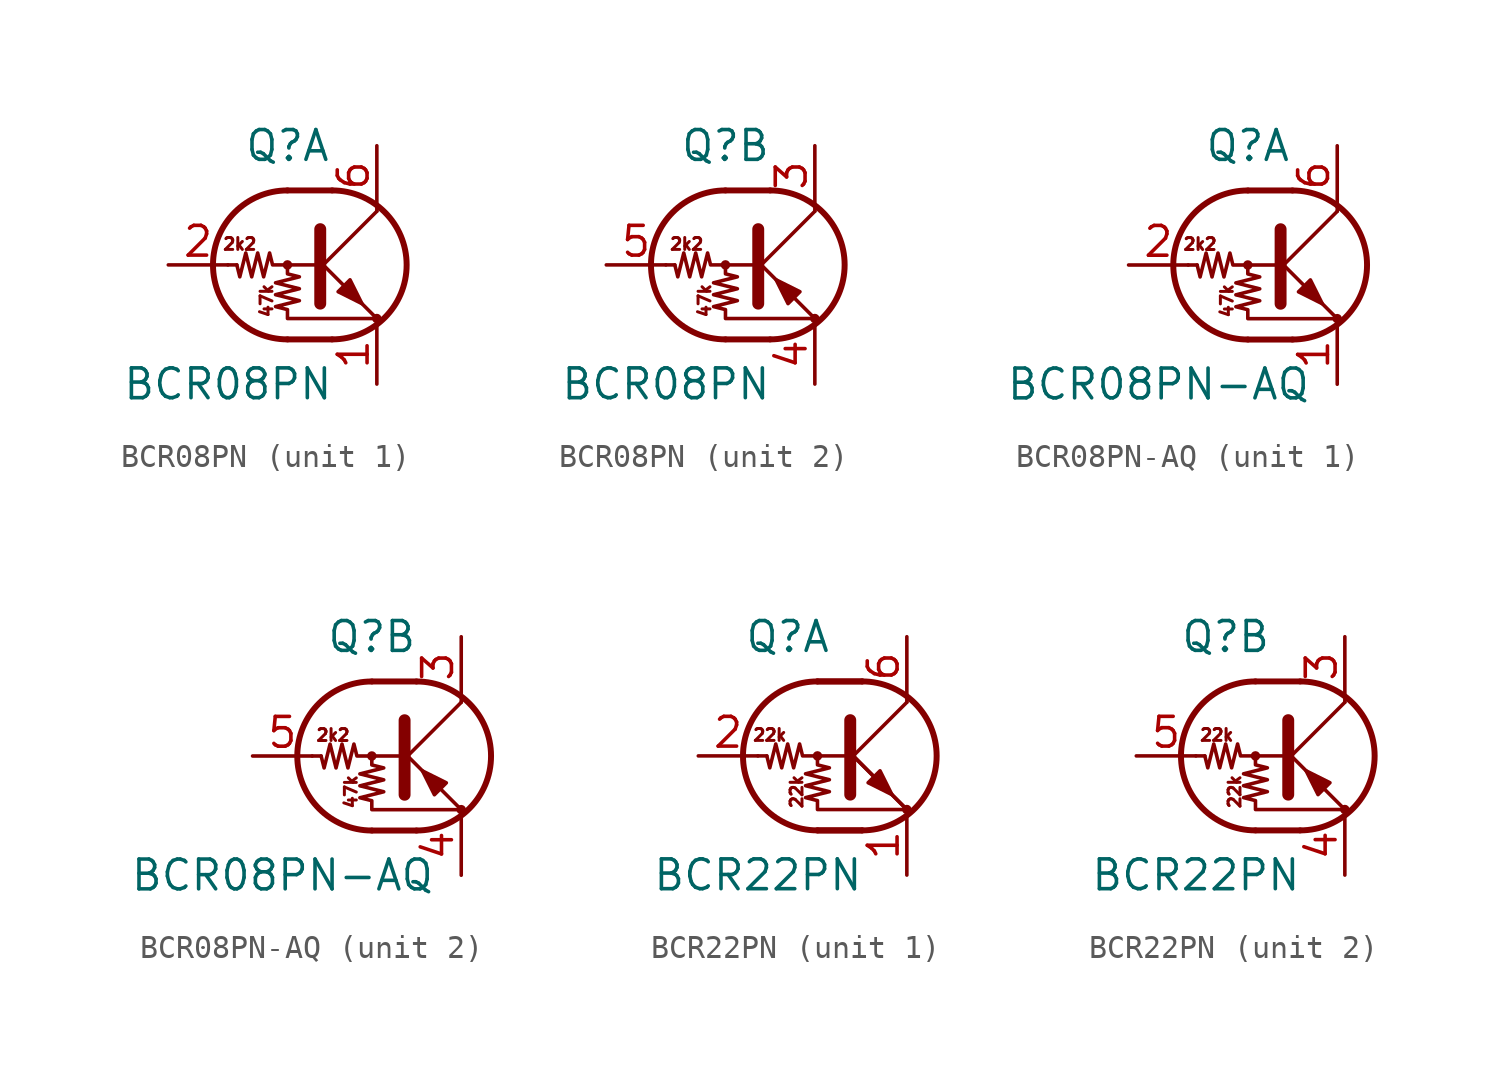
<source format=kicad_sym>
(kicad_symbol_lib
  (version 20241209)
  (generator "kicad_symbol_editor")
  (generator_version "9.0")
  (symbol "BCR08PN"
    (pin_names
      (offset 0)
      (hide yes))
    (property "Reference" "Q"
      (at -1.27 5.08 0)
      (effects (font (size 1.27 1.27))))
    (property "Value" "BCR08PN"
      (at -3.81 -5.08 0)
      (effects (font (size 1.27 1.27))))
    (property "ki_locked" ""
      (at 0 0 0)
      (effects (font (size 1.27 1.27))))
    (symbol "BCR08PN_1_1"
      (polyline (pts (xy -3.429 0) (xy -3.81 0)) (stroke (width 0) (type default)) (fill (type none)))
      (polyline (pts (xy -1.27 3.175) (xy 0.635 3.175)) (stroke (width 0.254) (type default)) (fill (type none)))
      (circle (center -1.27 0) (radius 0.127) (stroke (width 0) (type default)) (fill (type none)))
      (polyline (pts (xy -1.27 0) (xy -1.27 -0.381) (xy -0.762 -0.508) (xy -1.778 -0.762) (xy -0.762 -1.016) (xy -1.778 -1.27) (xy -0.762 -1.524) (xy -1.778 -1.778) (xy -1.27 -1.905) (xy -1.27 -2.286) (xy 2.54 -2.286)) (stroke (width 0) (type default)) (fill (type none)))
      (polyline (pts (xy -1.27 -3.175) (xy 0.635 -3.175)) (stroke (width 0.254) (type default)) (fill (type none)))
      (arc (start -1.27 -3.175) (mid -4.4312 0) (end -1.27 3.175) (stroke (width 0.254) (type default)) (fill (type none)))
      (polyline (pts (xy 0 0) (xy -1.905 0) (xy -2.032 0.508) (xy -2.286 -0.508) (xy -2.54 0.508) (xy -2.794 -0.508) (xy -3.048 0.508) (xy -3.302 -0.508) (xy -3.429 0)) (stroke (width 0) (type default)) (fill (type none)))
      (polyline (pts (xy 0 -0.254) (xy 2.54 2.286)) (stroke (width 0) (type default)) (fill (type none)))
      (polyline (pts (xy 0.127 1.524) (xy 0.127 -1.651)) (stroke (width 0.508) (type default)) (fill (type outline)))
      (arc (start 0.635 3.175) (mid 3.7962 0) (end 0.635 -3.175) (stroke (width 0.254) (type default)) (fill (type none)))
      (polyline (pts (xy 0.889 -1.143) (xy 1.397 -0.635) (xy 1.905 -1.651) (xy 0.889 -1.143)) (stroke (width 0) (type default)) (fill (type outline)))
      (polyline (pts (xy 2.54 2.286) (xy 2.54 2.54)) (stroke (width 0) (type default)) (fill (type none)))
      (polyline (pts (xy 2.54 -2.286) (xy 0 0.254) (xy 0 0.254)) (stroke (width 0) (type default)) (fill (type none)))
      (circle (center 2.54 -2.286) (radius 0.127) (stroke (width 0) (type default)) (fill (type none)))
      (text "2k2" (at -3.302 0.889 0) (effects (font (size 0.508 0.508))))
      (text "47k" (at -2.159 -1.524 900) (effects (font (size 0.508 0.508))))
      (pin input line (at -6.35 0 0) (length 2.54) (name "B" (effects (font (size 1.27 1.27)))) (number "2" (effects (font (size 1.27 1.27)))))
      (pin passive line (at 2.54 5.08 270) (length 2.54) (name "C" (effects (font (size 1.27 1.27)))) (number "6" (effects (font (size 1.27 1.27)))))
      (pin passive line (at 2.54 -5.08 90) (length 2.54) (name "E" (effects (font (size 1.27 1.27)))) (number "1" (effects (font (size 1.27 1.27))))))
    (symbol "BCR08PN_2_1"
      (polyline (pts (xy -3.429 0) (xy -3.81 0)) (stroke (width 0) (type default)) (fill (type none)))
      (polyline (pts (xy -1.27 3.175) (xy 0.635 3.175)) (stroke (width 0.254) (type default)) (fill (type none)))
      (circle (center -1.27 0) (radius 0.127) (stroke (width 0) (type default)) (fill (type none)))
      (polyline (pts (xy -1.27 0) (xy -1.27 -0.381) (xy -0.762 -0.508) (xy -1.778 -0.762) (xy -0.762 -1.016) (xy -1.778 -1.27) (xy -0.762 -1.524) (xy -1.778 -1.778) (xy -1.27 -1.905) (xy -1.27 -2.286) (xy 2.54 -2.286)) (stroke (width 0) (type default)) (fill (type none)))
      (polyline (pts (xy -1.27 -3.175) (xy 0.635 -3.175)) (stroke (width 0.254) (type default)) (fill (type none)))
      (arc (start -1.27 -3.175) (mid -4.4312 0) (end -1.27 3.175) (stroke (width 0.254) (type default)) (fill (type none)))
      (polyline (pts (xy 0 0) (xy -1.905 0) (xy -2.032 0.508) (xy -2.286 -0.508) (xy -2.54 0.508) (xy -2.794 -0.508) (xy -3.048 0.508) (xy -3.302 -0.508) (xy -3.429 0)) (stroke (width 0) (type default)) (fill (type none)))
      (polyline (pts (xy 0 -0.254) (xy 2.54 2.286)) (stroke (width 0) (type default)) (fill (type none)))
      (polyline (pts (xy 0.127 1.524) (xy 0.127 -1.651)) (stroke (width 0.508) (type default)) (fill (type outline)))
      (arc (start 0.635 3.175) (mid 3.7962 0) (end 0.635 -3.175) (stroke (width 0.254) (type default)) (fill (type none)))
      (polyline (pts (xy 1.397 -1.651) (xy 1.905 -1.143) (xy 0.889 -0.635) (xy 1.397 -1.651)) (stroke (width 0) (type default)) (fill (type outline)))
      (polyline (pts (xy 2.54 2.286) (xy 2.54 2.54)) (stroke (width 0) (type default)) (fill (type none)))
      (polyline (pts (xy 2.54 -2.286) (xy 0 0.254) (xy 0 0.254)) (stroke (width 0) (type default)) (fill (type none)))
      (circle (center 2.54 -2.286) (radius 0.127) (stroke (width 0) (type default)) (fill (type none)))
      (text "2k2" (at -2.921 0.889 0) (effects (font (size 0.508 0.508))))
      (text "47k" (at -2.159 -1.524 900) (effects (font (size 0.508 0.508))))
      (pin input line (at -6.35 0 0) (length 2.54) (name "B" (effects (font (size 1.27 1.27)))) (number "5" (effects (font (size 1.27 1.27)))))
      (pin passive line (at 2.54 5.08 270) (length 2.54) (name "C" (effects (font (size 1.27 1.27)))) (number "3" (effects (font (size 1.27 1.27)))))
      (pin passive line (at 2.54 -5.08 90) (length 2.54) (name "E" (effects (font (size 1.27 1.27)))) (number "4" (effects (font (size 1.27 1.27)))))))
  (symbol "BCR08PN-AQ"
    (pin_names
      (offset 0)
      (hide yes))
    (property "Reference" "Q"
      (at -1.27 5.08 0)
      (effects (font (size 1.27 1.27))))
    (property "Value" "BCR08PN-AQ"
      (at -5.08 -5.08 0)
      (effects (font (size 1.27 1.27))))
    (property "ki_locked" ""
      (at 0 0 0)
      (effects (font (size 1.27 1.27))))
    (symbol "BCR08PN-AQ_1_1"
      (polyline (pts (xy -3.429 0) (xy -3.81 0)) (stroke (width 0) (type default)) (fill (type none)))
      (polyline (pts (xy -1.27 3.175) (xy 0.635 3.175)) (stroke (width 0.254) (type default)) (fill (type none)))
      (circle (center -1.27 0) (radius 0.127) (stroke (width 0) (type default)) (fill (type none)))
      (polyline (pts (xy -1.27 0) (xy -1.27 -0.381) (xy -0.762 -0.508) (xy -1.778 -0.762) (xy -0.762 -1.016) (xy -1.778 -1.27) (xy -0.762 -1.524) (xy -1.778 -1.778) (xy -1.27 -1.905) (xy -1.27 -2.286) (xy 2.54 -2.286)) (stroke (width 0) (type default)) (fill (type none)))
      (polyline (pts (xy -1.27 -3.175) (xy 0.635 -3.175)) (stroke (width 0.254) (type default)) (fill (type none)))
      (arc (start -1.27 -3.175) (mid -4.4312 0) (end -1.27 3.175) (stroke (width 0.254) (type default)) (fill (type none)))
      (polyline (pts (xy 0 0) (xy -1.905 0) (xy -2.032 0.508) (xy -2.286 -0.508) (xy -2.54 0.508) (xy -2.794 -0.508) (xy -3.048 0.508) (xy -3.302 -0.508) (xy -3.429 0)) (stroke (width 0) (type default)) (fill (type none)))
      (polyline (pts (xy 0 -0.254) (xy 2.54 2.286)) (stroke (width 0) (type default)) (fill (type none)))
      (polyline (pts (xy 0.127 1.524) (xy 0.127 -1.651)) (stroke (width 0.508) (type default)) (fill (type outline)))
      (arc (start 0.635 3.175) (mid 3.7962 0) (end 0.635 -3.175) (stroke (width 0.254) (type default)) (fill (type none)))
      (polyline (pts (xy 0.889 -1.143) (xy 1.397 -0.635) (xy 1.905 -1.651) (xy 0.889 -1.143)) (stroke (width 0) (type default)) (fill (type outline)))
      (polyline (pts (xy 2.54 2.286) (xy 2.54 2.54)) (stroke (width 0) (type default)) (fill (type none)))
      (polyline (pts (xy 2.54 -2.286) (xy 0 0.254) (xy 0 0.254)) (stroke (width 0) (type default)) (fill (type none)))
      (circle (center 2.54 -2.286) (radius 0.127) (stroke (width 0) (type default)) (fill (type none)))
      (text "2k2" (at -3.302 0.889 0) (effects (font (size 0.508 0.508))))
      (text "47k" (at -2.159 -1.524 900) (effects (font (size 0.508 0.508))))
      (pin input line (at -6.35 0 0) (length 2.54) (name "B" (effects (font (size 1.27 1.27)))) (number "2" (effects (font (size 1.27 1.27)))))
      (pin passive line (at 2.54 5.08 270) (length 2.54) (name "C" (effects (font (size 1.27 1.27)))) (number "6" (effects (font (size 1.27 1.27)))))
      (pin passive line (at 2.54 -5.08 90) (length 2.54) (name "E" (effects (font (size 1.27 1.27)))) (number "1" (effects (font (size 1.27 1.27))))))
    (symbol "BCR08PN-AQ_2_1"
      (polyline (pts (xy -3.429 0) (xy -3.81 0)) (stroke (width 0) (type default)) (fill (type none)))
      (polyline (pts (xy -1.27 3.175) (xy 0.635 3.175)) (stroke (width 0.254) (type default)) (fill (type none)))
      (circle (center -1.27 0) (radius 0.127) (stroke (width 0) (type default)) (fill (type none)))
      (polyline (pts (xy -1.27 0) (xy -1.27 -0.381) (xy -0.762 -0.508) (xy -1.778 -0.762) (xy -0.762 -1.016) (xy -1.778 -1.27) (xy -0.762 -1.524) (xy -1.778 -1.778) (xy -1.27 -1.905) (xy -1.27 -2.286) (xy 2.54 -2.286)) (stroke (width 0) (type default)) (fill (type none)))
      (polyline (pts (xy -1.27 -3.175) (xy 0.635 -3.175)) (stroke (width 0.254) (type default)) (fill (type none)))
      (arc (start -1.27 -3.175) (mid -4.4312 0) (end -1.27 3.175) (stroke (width 0.254) (type default)) (fill (type none)))
      (polyline (pts (xy 0 0) (xy -1.905 0) (xy -2.032 0.508) (xy -2.286 -0.508) (xy -2.54 0.508) (xy -2.794 -0.508) (xy -3.048 0.508) (xy -3.302 -0.508) (xy -3.429 0)) (stroke (width 0) (type default)) (fill (type none)))
      (polyline (pts (xy 0 -0.254) (xy 2.54 2.286)) (stroke (width 0) (type default)) (fill (type none)))
      (polyline (pts (xy 0.127 1.524) (xy 0.127 -1.651)) (stroke (width 0.508) (type default)) (fill (type outline)))
      (arc (start 0.635 3.175) (mid 3.7962 0) (end 0.635 -3.175) (stroke (width 0.254) (type default)) (fill (type none)))
      (polyline (pts (xy 1.397 -1.651) (xy 1.905 -1.143) (xy 0.889 -0.635) (xy 1.397 -1.651)) (stroke (width 0) (type default)) (fill (type outline)))
      (polyline (pts (xy 2.54 2.286) (xy 2.54 2.54)) (stroke (width 0) (type default)) (fill (type none)))
      (polyline (pts (xy 2.54 -2.286) (xy 0 0.254) (xy 0 0.254)) (stroke (width 0) (type default)) (fill (type none)))
      (circle (center 2.54 -2.286) (radius 0.127) (stroke (width 0) (type default)) (fill (type none)))
      (text "2k2" (at -2.921 0.889 0) (effects (font (size 0.508 0.508))))
      (text "47k" (at -2.159 -1.524 900) (effects (font (size 0.508 0.508))))
      (pin input line (at -6.35 0 0) (length 2.54) (name "B" (effects (font (size 1.27 1.27)))) (number "5" (effects (font (size 1.27 1.27)))))
      (pin passive line (at 2.54 5.08 270) (length 2.54) (name "C" (effects (font (size 1.27 1.27)))) (number "3" (effects (font (size 1.27 1.27)))))
      (pin passive line (at 2.54 -5.08 90) (length 2.54) (name "E" (effects (font (size 1.27 1.27)))) (number "4" (effects (font (size 1.27 1.27)))))))
  (symbol "BCR22PN"
    (pin_names
      (offset 0)
      (hide yes))
    (property "Reference" "Q"
      (at -2.54 5.08 0)
      (effects (font (size 1.27 1.27))))
    (property "Value" "BCR22PN"
      (at -3.81 -5.08 0)
      (effects (font (size 1.27 1.27))))
    (property "ki_locked" ""
      (at 0 0 0)
      (effects (font (size 1.27 1.27))))
    (symbol "BCR22PN_0_1"
      (polyline (pts (xy -1.27 3.175) (xy 0.635 3.175)) (stroke (width 0.254) (type default)) (fill (type none)))
      (polyline (pts (xy -1.27 -3.175) (xy 0.635 -3.175)) (stroke (width 0.254) (type default)) (fill (type none)))
      (polyline (pts (xy 2.54 -2.286) (xy 0 0.254) (xy 0 0.254)) (stroke (width 0) (type default)) (fill (type none))))
    (symbol "BCR22PN_1_1"
      (polyline (pts (xy -3.429 0) (xy -3.81 0)) (stroke (width 0) (type default)) (fill (type none)))
      (polyline (pts (xy -1.27 3.175) (xy 0.635 3.175)) (stroke (width 0.254) (type default)) (fill (type none)))
      (circle (center -1.27 0) (radius 0.127) (stroke (width 0) (type default)) (fill (type none)))
      (polyline (pts (xy -1.27 0) (xy -1.27 -0.381) (xy -0.762 -0.508) (xy -1.778 -0.762) (xy -0.762 -1.016) (xy -1.778 -1.27) (xy -0.762 -1.524) (xy -1.778 -1.778) (xy -1.27 -1.905) (xy -1.27 -2.286) (xy 2.54 -2.286)) (stroke (width 0) (type default)) (fill (type none)))
      (polyline (pts (xy -1.27 -3.175) (xy 0.635 -3.175)) (stroke (width 0.254) (type default)) (fill (type none)))
      (arc (start -1.27 -3.175) (mid -4.4312 0) (end -1.27 3.175) (stroke (width 0.254) (type default)) (fill (type none)))
      (polyline (pts (xy 0 0) (xy -1.905 0) (xy -2.032 0.508) (xy -2.286 -0.508) (xy -2.54 0.508) (xy -2.794 -0.508) (xy -3.048 0.508) (xy -3.302 -0.508) (xy -3.429 0)) (stroke (width 0) (type default)) (fill (type none)))
      (polyline (pts (xy 0 -0.254) (xy 2.54 2.286)) (stroke (width 0) (type default)) (fill (type none)))
      (polyline (pts (xy 0.127 1.524) (xy 0.127 -1.651)) (stroke (width 0.508) (type default)) (fill (type outline)))
      (arc (start 0.635 3.175) (mid 3.7962 0) (end 0.635 -3.175) (stroke (width 0.254) (type default)) (fill (type none)))
      (polyline (pts (xy 0.889 -1.143) (xy 1.397 -0.635) (xy 1.905 -1.651) (xy 0.889 -1.143)) (stroke (width 0) (type default)) (fill (type outline)))
      (polyline (pts (xy 2.54 2.286) (xy 2.54 2.54)) (stroke (width 0) (type default)) (fill (type none)))
      (polyline (pts (xy 2.54 -2.286) (xy 0 0.254) (xy 0 0.254)) (stroke (width 0) (type default)) (fill (type none)))
      (circle (center 2.54 -2.286) (radius 0.127) (stroke (width 0) (type default)) (fill (type none)))
      (text "22k" (at -3.302 0.889 0) (effects (font (size 0.508 0.508))))
      (text "22k" (at -2.159 -1.524 900) (effects (font (size 0.508 0.508))))
      (pin input line (at -6.35 0 0) (length 2.54) (name "B" (effects (font (size 1.27 1.27)))) (number "2" (effects (font (size 1.27 1.27)))))
      (pin passive line (at 2.54 5.08 270) (length 2.54) (name "C" (effects (font (size 1.27 1.27)))) (number "6" (effects (font (size 1.27 1.27)))))
      (pin passive line (at 2.54 -5.08 90) (length 2.54) (name "E" (effects (font (size 1.27 1.27)))) (number "1" (effects (font (size 1.27 1.27))))))
    (symbol "BCR22PN_2_1"
      (polyline (pts (xy -3.429 0) (xy -3.81 0)) (stroke (width 0) (type default)) (fill (type none)))
      (circle (center -1.27 0) (radius 0.127) (stroke (width 0) (type default)) (fill (type none)))
      (polyline (pts (xy -1.27 0) (xy -1.27 -0.381) (xy -0.762 -0.508) (xy -1.778 -0.762) (xy -0.762 -1.016) (xy -1.778 -1.27) (xy -0.762 -1.524) (xy -1.778 -1.778) (xy -1.27 -1.905) (xy -1.27 -2.286) (xy 2.54 -2.286)) (stroke (width 0) (type default)) (fill (type none)))
      (arc (start -1.27 -3.175) (mid -4.4312 0) (end -1.27 3.175) (stroke (width 0.254) (type default)) (fill (type none)))
      (polyline (pts (xy 0 0) (xy -1.905 0) (xy -2.032 0.508) (xy -2.286 -0.508) (xy -2.54 0.508) (xy -2.794 -0.508) (xy -3.048 0.508) (xy -3.302 -0.508) (xy -3.429 0)) (stroke (width 0) (type default)) (fill (type none)))
      (polyline (pts (xy 0 -0.254) (xy 2.54 2.286)) (stroke (width 0) (type default)) (fill (type none)))
      (polyline (pts (xy 0.127 1.524) (xy 0.127 -1.651)) (stroke (width 0.508) (type default)) (fill (type outline)))
      (arc (start 0.635 3.175) (mid 3.7962 0) (end 0.635 -3.175) (stroke (width 0.254) (type default)) (fill (type none)))
      (polyline (pts (xy 1.397 -1.651) (xy 1.905 -1.143) (xy 0.889 -0.635) (xy 1.397 -1.651)) (stroke (width 0) (type default)) (fill (type outline)))
      (polyline (pts (xy 2.54 2.286) (xy 2.54 2.54)) (stroke (width 0) (type default)) (fill (type none)))
      (circle (center 2.54 -2.286) (radius 0.127) (stroke (width 0) (type default)) (fill (type none)))
      (text "22k" (at -2.921 0.889 0) (effects (font (size 0.508 0.508))))
      (text "22k" (at -2.159 -1.524 900) (effects (font (size 0.508 0.508))))
      (pin input line (at -6.35 0 0) (length 2.54) (name "B" (effects (font (size 1.27 1.27)))) (number "5" (effects (font (size 1.27 1.27)))))
      (pin passive line (at 2.54 5.08 270) (length 2.54) (name "C" (effects (font (size 1.27 1.27)))) (number "3" (effects (font (size 1.27 1.27)))))
      (pin passive line (at 2.54 -5.08 90) (length 2.54) (name "E" (effects (font (size 1.27 1.27)))) (number "4" (effects (font (size 1.27 1.27))))))))
</source>
